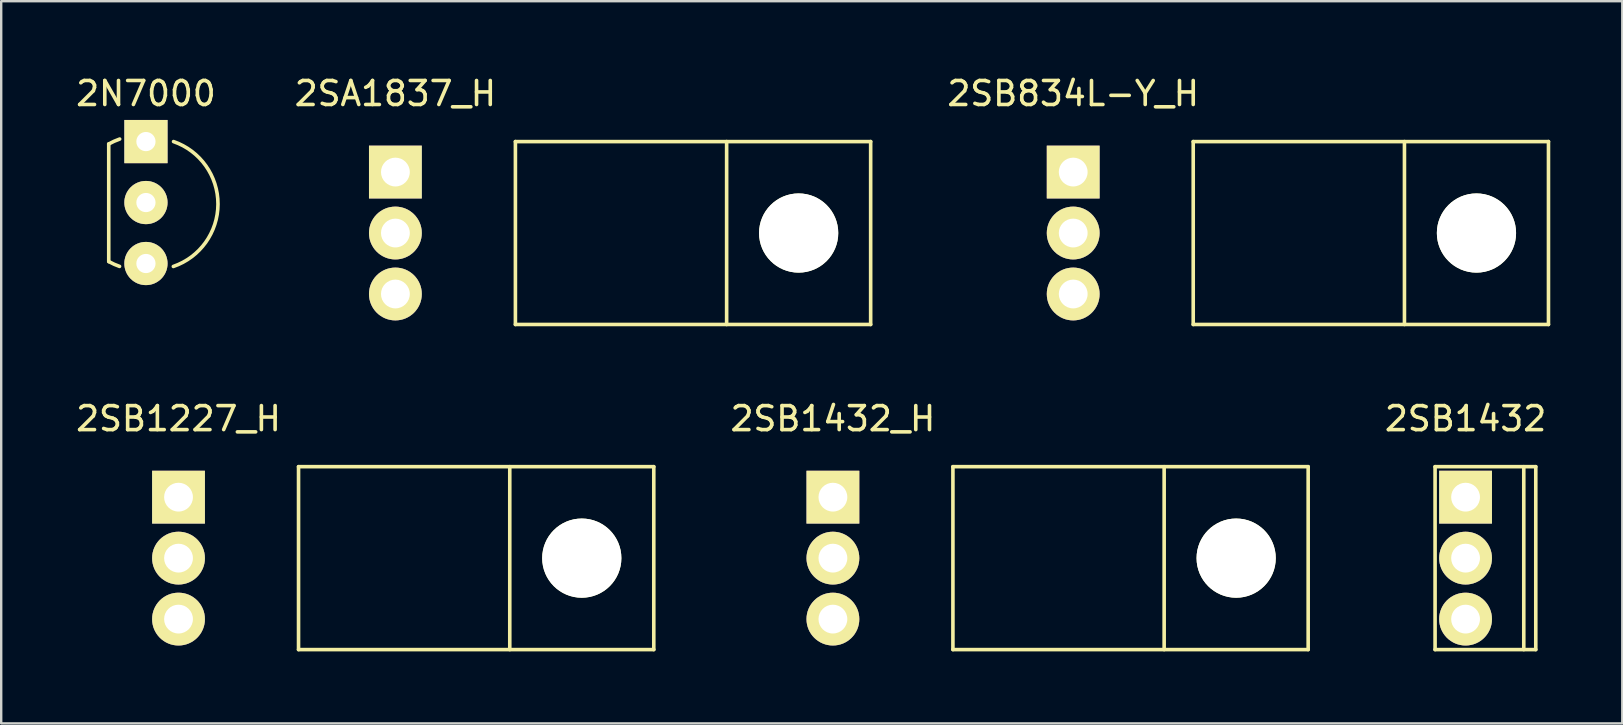
<source format=kicad_pcb>
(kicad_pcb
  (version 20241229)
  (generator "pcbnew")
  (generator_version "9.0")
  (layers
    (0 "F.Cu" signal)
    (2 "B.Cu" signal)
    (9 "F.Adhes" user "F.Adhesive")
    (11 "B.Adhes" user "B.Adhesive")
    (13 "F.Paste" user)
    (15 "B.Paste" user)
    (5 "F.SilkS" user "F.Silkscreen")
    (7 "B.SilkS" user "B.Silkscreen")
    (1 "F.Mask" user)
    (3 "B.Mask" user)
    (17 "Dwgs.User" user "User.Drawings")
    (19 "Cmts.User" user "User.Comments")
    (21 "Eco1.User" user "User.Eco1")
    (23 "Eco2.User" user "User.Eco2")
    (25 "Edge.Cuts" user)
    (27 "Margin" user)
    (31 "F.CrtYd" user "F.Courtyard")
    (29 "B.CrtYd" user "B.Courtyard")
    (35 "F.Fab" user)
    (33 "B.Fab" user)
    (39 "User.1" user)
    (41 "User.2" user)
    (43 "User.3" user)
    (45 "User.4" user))
  (footprint "2N7000"
    (layer "F.Cu")
    (at 3.03 2.848)
    (property "Reference" "2N7000" (at 0 -2 0) (layer "F.SilkS") (effects (font (size 1 1) (thickness 0.15))))
    (attr through_hole)
    (fp_line (start -1.55 5) (end -1.55 0.1) (stroke (width 0.15) (type solid)) (layer "F.SilkS"))
    (fp_arc (start -1.55 0.1) (mid -1.326783 -0.012505) (end -1.09461 -0.105127) (stroke (width 0.15) (type solid)) (layer "F.SilkS"))
    (fp_arc (start -1.1 5.2) (mid -1.32318 5.111666) (end -1.537812 5.004217) (stroke (width 0.15) (type solid)) (layer "F.SilkS"))
    (fp_arc (start 1.15 0) (mid 3.00136 2.60449) (end 1.14151 5.202923) (stroke (width 0.15) (type solid)) (layer "F.SilkS"))
    (pad "1" thru_hole rect (at 0 0) (size 1.8 1.8) (drill 0.8) (layers "*.Cu" "*.Mask" "F.SilkS"))
    (pad "2" thru_hole circle (at 0 2.54) (size 1.8 1.8) (drill 0.8) (layers "*.Cu" "*.Mask" "F.SilkS"))
    (pad "3" thru_hole circle (at 0 5.08) (size 1.8 1.8) (drill 0.8) (layers "*.Cu" "*.Mask" "F.SilkS")))
  (footprint "2SB1432_H"
    (layer "F.Cu")
    (at 31.649 17.662)
    (property "Reference" "2SB1432_H" (at 0 -3.27 0) (layer "F.SilkS") (effects (font (size 1 1) (thickness 0.15))))
    (attr through_hole)
    (fp_line (start 5 -1.27) (end 5 6.35) (stroke (width 0.15) (type solid)) (layer "F.SilkS"))
    (fp_line (start 5 -1.27) (end 19.8 -1.27) (stroke (width 0.15) (type solid)) (layer "F.SilkS"))
    (fp_line (start 5 6.35) (end 19.8 6.35) (stroke (width 0.15) (type solid)) (layer "F.SilkS"))
    (fp_line (start 13.8 -1.27) (end 13.8 6.35) (stroke (width 0.15) (type solid)) (layer "F.SilkS"))
    (fp_line (start 19.8 -1.27) (end 19.8 6.35) (stroke (width 0.15) (type solid)) (layer "F.SilkS"))
    (pad "" np_thru_hole circle (at 16.8 2.54) (size 3.3 3.3) (drill 3.3) (layers "*.Cu" "*.Mask" "F.SilkS"))
    (pad "1" thru_hole rect (at 0 0) (size 2.2 2.2) (drill 1.2) (layers "*.Cu" "*.Mask" "F.SilkS"))
    (pad "2" thru_hole circle (at 0 2.54) (size 2.2 2.2) (drill 1.2) (layers "*.Cu" "*.Mask" "F.SilkS"))
    (pad "3" thru_hole circle (at 0 5.08) (size 2.2 2.2) (drill 1.2) (layers "*.Cu" "*.Mask" "F.SilkS")))
  (footprint "2SA1837_H"
    (layer "F.Cu")
    (at 13.422 4.118)
    (property "Reference" "2SA1837_H" (at 0 -3.27 0) (layer "F.SilkS") (effects (font (size 1 1) (thickness 0.15))))
    (attr through_hole)
    (fp_line (start 5 -1.27) (end 5 6.35) (stroke (width 0.15) (type solid)) (layer "F.SilkS"))
    (fp_line (start 5 -1.27) (end 19.8 -1.27) (stroke (width 0.15) (type solid)) (layer "F.SilkS"))
    (fp_line (start 5 6.35) (end 19.8 6.35) (stroke (width 0.15) (type solid)) (layer "F.SilkS"))
    (fp_line (start 13.8 -1.27) (end 13.8 6.35) (stroke (width 0.15) (type solid)) (layer "F.SilkS"))
    (fp_line (start 19.8 -1.27) (end 19.8 6.35) (stroke (width 0.15) (type solid)) (layer "F.SilkS"))
    (pad "" np_thru_hole circle (at 16.8 2.54) (size 3.3 3.3) (drill 3.3) (layers "*.Cu" "*.Mask" "F.SilkS"))
    (pad "1" thru_hole rect (at 0 0) (size 2.2 2.2) (drill 1.2) (layers "*.Cu" "*.Mask" "F.SilkS"))
    (pad "2" thru_hole circle (at 0 2.54) (size 2.2 2.2) (drill 1.2) (layers "*.Cu" "*.Mask" "F.SilkS"))
    (pad "3" thru_hole circle (at 0 5.08) (size 2.2 2.2) (drill 1.2) (layers "*.Cu" "*.Mask" "F.SilkS")))
  (footprint "2SB834L-Y_H"
    (layer "F.Cu")
    (at 41.66 4.118)
    (property "Reference" "2SB834L-Y_H" (at 0 -3.27 0) (layer "F.SilkS") (effects (font (size 1 1) (thickness 0.15))))
    (attr through_hole)
    (fp_line (start 5 -1.27) (end 5 6.35) (stroke (width 0.15) (type solid)) (layer "F.SilkS"))
    (fp_line (start 5 -1.27) (end 19.8 -1.27) (stroke (width 0.15) (type solid)) (layer "F.SilkS"))
    (fp_line (start 5 6.35) (end 19.8 6.35) (stroke (width 0.15) (type solid)) (layer "F.SilkS"))
    (fp_line (start 13.8 -1.27) (end 13.8 6.35) (stroke (width 0.15) (type solid)) (layer "F.SilkS"))
    (fp_line (start 19.8 -1.27) (end 19.8 6.35) (stroke (width 0.15) (type solid)) (layer "F.SilkS"))
    (pad "" np_thru_hole circle (at 16.8 2.54) (size 3.3 3.3) (drill 3.3) (layers "*.Cu" "*.Mask" "F.SilkS"))
    (pad "1" thru_hole rect (at 0 0) (size 2.2 2.2) (drill 1.2) (layers "*.Cu" "*.Mask" "F.SilkS"))
    (pad "2" thru_hole circle (at 0 2.54) (size 2.2 2.2) (drill 1.2) (layers "*.Cu" "*.Mask" "F.SilkS"))
    (pad "3" thru_hole circle (at 0 5.08) (size 2.2 2.2) (drill 1.2) (layers "*.Cu" "*.Mask" "F.SilkS")))
  (footprint "2SB1432"
    (layer "F.Cu")
    (at 58.006 17.662)
    (property "Reference" "2SB1432" (at 0 -3.27 0) (layer "F.SilkS") (effects (font (size 1 1) (thickness 0.15))))
    (attr through_hole)
    (fp_line (start -1.27 -1.27) (end -1.27 6.35) (stroke (width 0.15) (type solid)) (layer "F.SilkS"))
    (fp_line (start -1.27 -1.27) (end 2.925 -1.27) (stroke (width 0.15) (type solid)) (layer "F.SilkS"))
    (fp_line (start -1.27 6.35) (end 2.925 6.35) (stroke (width 0.15) (type solid)) (layer "F.SilkS"))
    (fp_line (start 2.425 -1.27) (end 2.425 6.35) (stroke (width 0.15) (type solid)) (layer "F.SilkS"))
    (fp_line (start 2.925 -1.27) (end 2.925 6.35) (stroke (width 0.15) (type solid)) (layer "F.SilkS"))
    (pad "1" thru_hole rect (at 0 0) (size 2.2 2.2) (drill 1.2) (layers "*.Cu" "*.Mask" "F.SilkS"))
    (pad "2" thru_hole circle (at 0 2.54) (size 2.2 2.2) (drill 1.2) (layers "*.Cu" "*.Mask" "F.SilkS"))
    (pad "3" thru_hole circle (at 0 5.08) (size 2.2 2.2) (drill 1.2) (layers "*.Cu" "*.Mask" "F.SilkS")))
  (footprint "2SB1227_H"
    (layer "F.Cu")
    (at 4.387 17.662)
    (property "Reference" "2SB1227_H" (at 0 -3.27 0) (layer "F.SilkS") (effects (font (size 1 1) (thickness 0.15))))
    (attr through_hole)
    (fp_line (start 5 -1.27) (end 5 6.35) (stroke (width 0.15) (type solid)) (layer "F.SilkS"))
    (fp_line (start 5 -1.27) (end 19.8 -1.27) (stroke (width 0.15) (type solid)) (layer "F.SilkS"))
    (fp_line (start 5 6.35) (end 19.8 6.35) (stroke (width 0.15) (type solid)) (layer "F.SilkS"))
    (fp_line (start 13.8 -1.27) (end 13.8 6.35) (stroke (width 0.15) (type solid)) (layer "F.SilkS"))
    (fp_line (start 19.8 -1.27) (end 19.8 6.35) (stroke (width 0.15) (type solid)) (layer "F.SilkS"))
    (pad "" np_thru_hole circle (at 16.8 2.54) (size 3.3 3.3) (drill 3.3) (layers "*.Cu" "*.Mask" "F.SilkS"))
    (pad "1" thru_hole rect (at 0 0) (size 2.2 2.2) (drill 1.2) (layers "*.Cu" "*.Mask" "F.SilkS"))
    (pad "2" thru_hole circle (at 0 2.54) (size 2.2 2.2) (drill 1.2) (layers "*.Cu" "*.Mask" "F.SilkS"))
    (pad "3" thru_hole circle (at 0 5.08) (size 2.2 2.2) (drill 1.2) (layers "*.Cu" "*.Mask" "F.SilkS")))
  (gr_rect
    (start -3 -3)
    (end 64.535 27.087)
    (stroke (width 0.1) (type default))
    (fill no)
    (layer "Edge.Cuts")))
</source>
